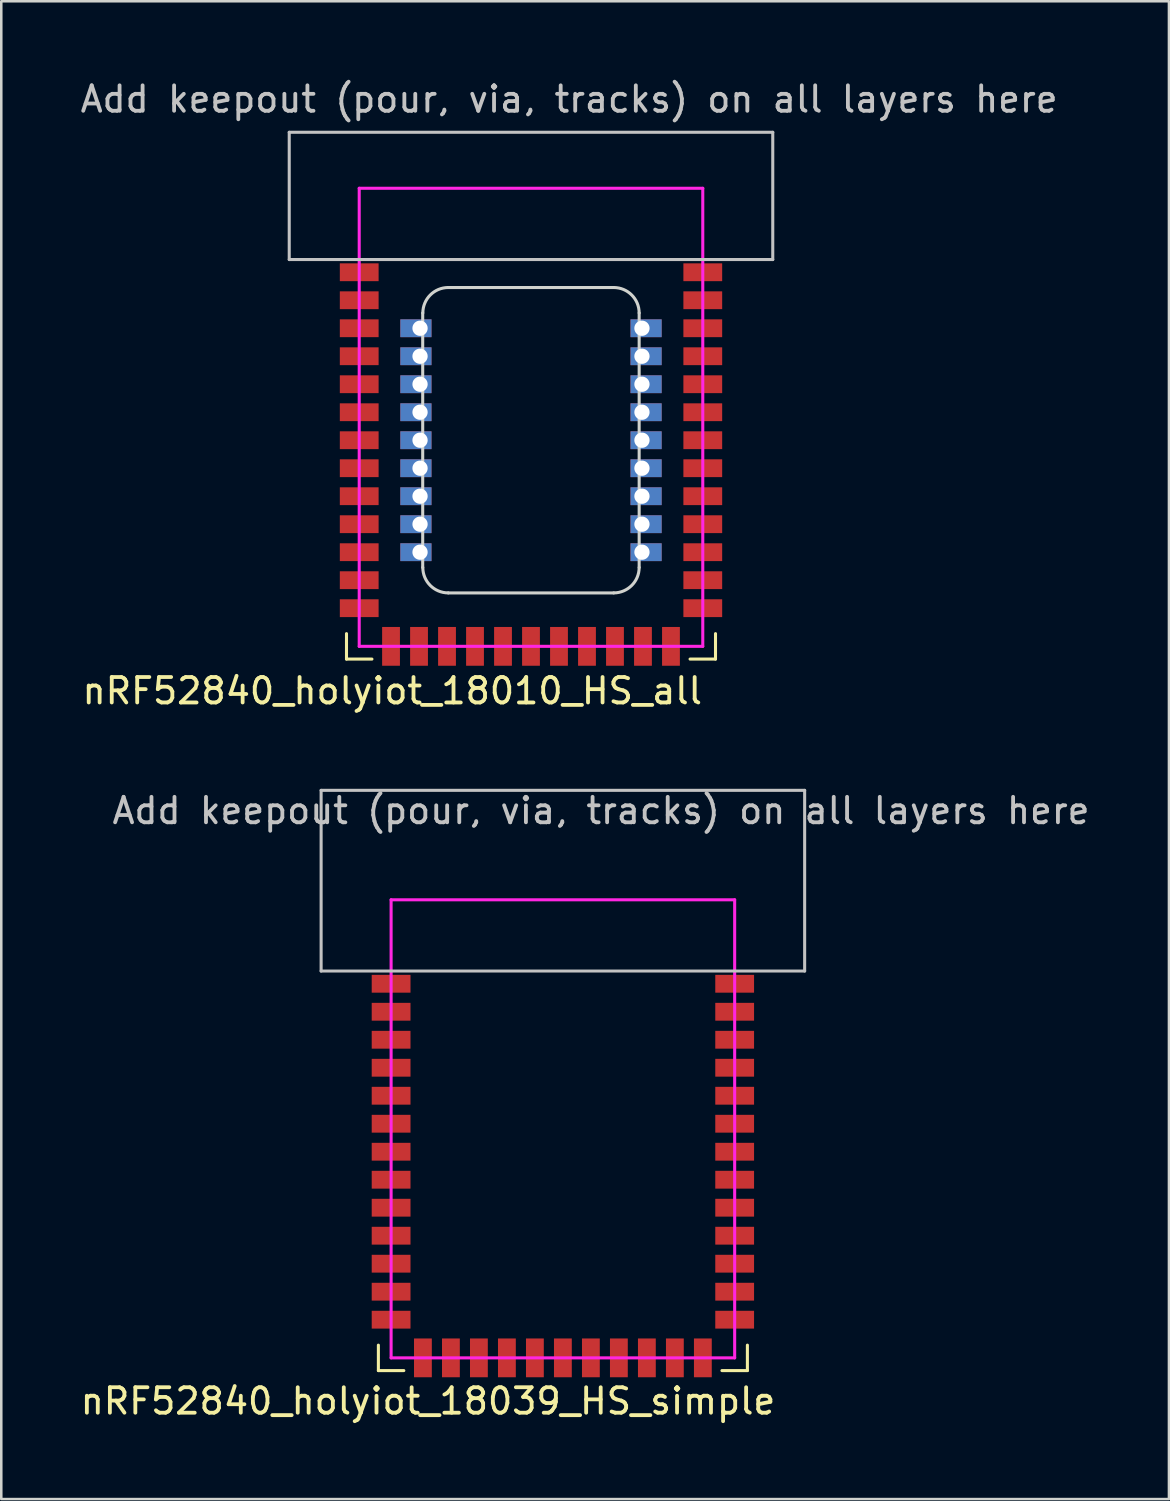
<source format=kicad_pcb>
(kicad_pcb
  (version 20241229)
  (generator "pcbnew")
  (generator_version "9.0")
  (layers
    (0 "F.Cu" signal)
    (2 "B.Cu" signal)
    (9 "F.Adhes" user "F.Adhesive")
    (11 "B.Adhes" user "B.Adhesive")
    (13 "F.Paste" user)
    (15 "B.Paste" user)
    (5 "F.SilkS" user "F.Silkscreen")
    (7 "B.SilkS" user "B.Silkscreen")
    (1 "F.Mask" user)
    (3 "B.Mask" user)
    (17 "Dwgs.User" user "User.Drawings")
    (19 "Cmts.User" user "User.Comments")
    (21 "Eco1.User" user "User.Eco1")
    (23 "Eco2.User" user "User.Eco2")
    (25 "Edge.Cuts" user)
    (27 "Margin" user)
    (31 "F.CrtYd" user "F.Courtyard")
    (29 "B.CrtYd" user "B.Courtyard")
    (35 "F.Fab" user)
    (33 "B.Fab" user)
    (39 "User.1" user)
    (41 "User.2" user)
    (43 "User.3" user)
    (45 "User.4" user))
  (footprint "nRF52840_holyiot_18010_HS_all"
    (layer "F.Cu")
    (at 17.815 13.348)
    (property "Reference" "nRF52840_holyiot_18010_HS_all" (at -5.45 10.75 0) (layer "F.SilkS") (effects (font (size 1 1) (thickness 0.15))))
    (attr through_hole)
    (fp_line (start -7.25 8.5) (end -7.25 9.5) (stroke (width 0.12) (type solid)) (layer "F.SilkS"))
    (fp_line (start -6.25 9.5) (end -7.25 9.5) (stroke (width 0.12) (type solid)) (layer "F.SilkS"))
    (fp_line (start 6.25 9.5) (end 7.25 9.5) (stroke (width 0.12) (type solid)) (layer "F.SilkS"))
    (fp_line (start 7.25 8.5) (end 7.25 9.5) (stroke (width 0.12) (type solid)) (layer "F.SilkS"))
    (fp_line (start -9.5 -11.2) (end 9.5 -11.2) (stroke (width 0.12) (type solid)) (layer "Dwgs.User"))
    (fp_line (start -9.5 -6.2) (end -9.5 -11.2) (stroke (width 0.12) (type solid)) (layer "Dwgs.User"))
    (fp_line (start 9.5 -11.2) (end 9.5 -6.2) (stroke (width 0.12) (type solid)) (layer "Dwgs.User"))
    (fp_line (start 9.5 -6.2) (end -9.5 -6.2) (stroke (width 0.12) (type solid)) (layer "Dwgs.User"))
    (fp_line (start -4.255 5.9) (end -4.255 -4.1) (stroke (width 0.12) (type solid)) (layer "Edge.Cuts"))
    (fp_line (start -3.25 -5.1) (end 3.25 -5.1) (stroke (width 0.12) (type solid)) (layer "Edge.Cuts"))
    (fp_line (start 3.25 6.9) (end -3.25 6.9) (stroke (width 0.12) (type solid)) (layer "Edge.Cuts"))
    (fp_line (start 4.25 -4.1) (end 4.25 5.9) (stroke (width 0.12) (type solid)) (layer "Edge.Cuts"))
    (fp_arc (start -4.25 -4.1) (mid -3.957107 -4.807107) (end -3.25 -5.1) (stroke (width 0.12) (type solid)) (layer "Edge.Cuts"))
    (fp_arc (start -3.251 6.9) (mid -3.958107 6.607107) (end -4.251 5.9) (stroke (width 0.12) (type solid)) (layer "Edge.Cuts"))
    (fp_arc (start 3.25 -5.1) (mid 3.957107 -4.807107) (end 4.25 -4.1) (stroke (width 0.12) (type solid)) (layer "Edge.Cuts"))
    (fp_arc (start 4.25 5.9) (mid 3.957107 6.607107) (end 3.25 6.9) (stroke (width 0.12) (type solid)) (layer "Edge.Cuts"))
    (fp_line (start -6.75 -9) (end 6.75 -9) (stroke (width 0.12) (type solid)) (layer "F.CrtYd"))
    (fp_line (start -6.75 9) (end -6.75 -9) (stroke (width 0.12) (type solid)) (layer "F.CrtYd"))
    (fp_line (start 6.75 -9) (end 6.75 9) (stroke (width 0.12) (type solid)) (layer "F.CrtYd"))
    (fp_line (start 6.75 9) (end -6.75 9) (stroke (width 0.12) (type solid)) (layer "F.CrtYd"))
    (fp_text user "Add keepout (pour, via, tracks) on all layers here" (at 1.5 -12.5 0) (layer "Dwgs.User") (effects (font (size 1 1) (thickness 0.15))))
    (pad "1" smd rect (at -6.75 -5.7) (size 1.524 0.7) (layers "F.Cu" "F.Mask" "F.Paste"))
    (pad "2" smd rect (at -6.75 -4.6) (size 1.524 0.7) (layers "F.Cu" "F.Mask" "F.Paste"))
    (pad "3" smd rect (at -6.75 -3.5) (size 1.524 0.7) (layers "F.Cu" "F.Mask" "F.Paste"))
    (pad "4" smd rect (at -6.75 -2.4) (size 1.524 0.7) (layers "F.Cu" "F.Mask" "F.Paste"))
    (pad "5" smd rect (at -6.75 -1.3) (size 1.524 0.7) (layers "F.Cu" "F.Mask" "F.Paste"))
    (pad "6" smd rect (at -6.75 -0.2) (size 1.524 0.7) (layers "F.Cu" "F.Mask" "F.Paste"))
    (pad "7" smd rect (at -6.75 0.9) (size 1.524 0.7) (layers "F.Cu" "F.Mask" "F.Paste"))
    (pad "8" smd rect (at -6.75 2) (size 1.524 0.7) (layers "F.Cu" "F.Mask" "F.Paste"))
    (pad "9" smd rect (at -6.75 3.1) (size 1.524 0.7) (layers "F.Cu" "F.Mask" "F.Paste"))
    (pad "10" smd rect (at -6.75 4.2) (size 1.524 0.7) (layers "F.Cu" "F.Mask" "F.Paste"))
    (pad "11" smd rect (at -6.75 5.3) (size 1.524 0.7) (layers "F.Cu" "F.Mask" "F.Paste"))
    (pad "12" smd rect (at -6.75 6.4) (size 1.524 0.7) (layers "F.Cu" "F.Mask" "F.Paste"))
    (pad "13" smd rect (at -6.75 7.5) (size 1.524 0.7) (layers "F.Cu" "F.Mask" "F.Paste"))
    (pad "14" smd rect (at -5.5 9 90) (size 1.524 0.7) (layers "F.Cu" "F.Mask" "F.Paste"))
    (pad "15" smd rect (at -4.4 9 90) (size 1.524 0.7) (layers "F.Cu" "F.Mask" "F.Paste"))
    (pad "16" smd rect (at -3.3 9 90) (size 1.524 0.7) (layers "F.Cu" "F.Mask" "F.Paste"))
    (pad "17" smd rect (at -2.2 9 90) (size 1.524 0.7) (layers "F.Cu" "F.Mask" "F.Paste"))
    (pad "18" smd rect (at -1.1 9 90) (size 1.524 0.7) (layers "F.Cu" "F.Mask" "F.Paste"))
    (pad "19" smd rect (at 0 9 90) (size 1.524 0.7) (layers "F.Cu" "F.Mask" "F.Paste"))
    (pad "20" smd rect (at 1.1 9 90) (size 1.524 0.7) (layers "F.Cu" "F.Mask" "F.Paste"))
    (pad "21" smd rect (at 2.2 9 90) (size 1.524 0.7) (layers "F.Cu" "F.Mask" "F.Paste"))
    (pad "22" smd rect (at 3.3 9 90) (size 1.524 0.7) (layers "F.Cu" "F.Mask" "F.Paste"))
    (pad "23" smd rect (at 4.4 9 90) (size 1.524 0.7) (layers "F.Cu" "F.Mask" "F.Paste"))
    (pad "24" smd rect (at 5.5 9 90) (size 1.524 0.7) (layers "F.Cu" "F.Mask" "F.Paste"))
    (pad "25" smd rect (at 6.75 7.5 180) (size 1.524 0.7) (layers "F.Cu" "F.Mask" "F.Paste"))
    (pad "26" smd rect (at 6.75 6.4 180) (size 1.524 0.7) (layers "F.Cu" "F.Mask" "F.Paste"))
    (pad "27" smd rect (at 6.75 5.3 180) (size 1.524 0.7) (layers "F.Cu" "F.Mask" "F.Paste"))
    (pad "28" smd rect (at 6.75 4.2 180) (size 1.524 0.7) (layers "F.Cu" "F.Mask" "F.Paste"))
    (pad "29" smd rect (at 6.75 3.1 180) (size 1.524 0.7) (layers "F.Cu" "F.Mask" "F.Paste"))
    (pad "30" smd rect (at 6.75 2 180) (size 1.524 0.7) (layers "F.Cu" "F.Mask" "F.Paste"))
    (pad "31" smd rect (at 6.75 0.9 180) (size 1.524 0.7) (layers "F.Cu" "F.Mask" "F.Paste"))
    (pad "32" smd rect (at 6.75 -0.2 180) (size 1.524 0.7) (layers "F.Cu" "F.Mask" "F.Paste"))
    (pad "33" smd rect (at 6.75 -1.3 180) (size 1.524 0.7) (layers "F.Cu" "F.Mask" "F.Paste"))
    (pad "34" smd rect (at 6.75 -2.4 180) (size 1.524 0.7) (layers "F.Cu" "F.Mask" "F.Paste"))
    (pad "35" smd rect (at 6.75 -3.5 180) (size 1.524 0.7) (layers "F.Cu" "F.Mask" "F.Paste"))
    (pad "36" smd rect (at 6.75 -4.6 180) (size 1.524 0.7) (layers "F.Cu" "F.Mask" "F.Paste"))
    (pad "37" smd rect (at 6.75 -5.7 180) (size 1.524 0.7) (layers "F.Cu" "F.Mask" "F.Paste"))
    (pad "38" thru_hole rect (at -4.36 -3.5 180) (size 1.224 0.7) (drill 0.6 (offset 0.162 0)) (layers "F.Cu" "F.Mask"))
    (pad "39" thru_hole rect (at -4.36 -2.4 180) (size 1.224 0.7) (drill 0.6 (offset 0.162 0)) (layers "F.Cu" "F.Mask"))
    (pad "40" thru_hole rect (at -4.36 -1.3 180) (size 1.224 0.7) (drill 0.6 (offset 0.162 0)) (layers "F.Cu" "F.Mask"))
    (pad "41" thru_hole rect (at -4.36 -0.2 180) (size 1.224 0.7) (drill 0.6 (offset 0.162 0)) (layers "F.Cu" "F.Mask"))
    (pad "42" thru_hole rect (at -4.36 0.9 180) (size 1.224 0.7) (drill 0.6 (offset 0.162 0)) (layers "F.Cu" "F.Mask"))
    (pad "43" thru_hole rect (at -4.36 2 180) (size 1.224 0.7) (drill 0.6 (offset 0.162 0)) (layers "F.Cu" "F.Mask"))
    (pad "44" thru_hole rect (at -4.36 3.1 180) (size 1.224 0.7) (drill 0.6 (offset 0.162 0)) (layers "F.Cu" "F.Mask"))
    (pad "45" thru_hole rect (at -4.36 4.2 180) (size 1.224 0.7) (drill 0.6 (offset 0.162 0)) (layers "F.Cu" "F.Mask"))
    (pad "46" thru_hole rect (at -4.36 5.3 180) (size 1.224 0.7) (drill 0.6 (offset 0.162 0)) (layers "F.Cu" "F.Mask"))
    (pad "47" thru_hole rect (at 4.36 -3.5 180) (size 1.224 0.7) (drill 0.6 (offset -0.162 0)) (layers "F.Cu" "F.Mask"))
    (pad "48" thru_hole rect (at 4.36 -2.4 180) (size 1.224 0.7) (drill 0.6 (offset -0.162 0)) (layers "F.Cu" "F.Mask"))
    (pad "49" thru_hole rect (at 4.36 -1.3 180) (size 1.224 0.7) (drill 0.6 (offset -0.162 0)) (layers "F.Cu" "F.Mask"))
    (pad "50" thru_hole rect (at 4.36 -0.2 180) (size 1.224 0.7) (drill 0.6 (offset -0.162 0)) (layers "F.Cu" "F.Mask"))
    (pad "51" thru_hole rect (at 4.36 0.9 180) (size 1.224 0.7) (drill 0.6 (offset -0.162 0)) (layers "F.Cu" "F.Mask"))
    (pad "52" thru_hole rect (at 4.36 2 180) (size 1.224 0.7) (drill 0.6 (offset -0.162 0)) (layers "F.Cu" "F.Mask"))
    (pad "53" thru_hole rect (at 4.36 3.1 180) (size 1.224 0.7) (drill 0.6 (offset -0.162 0)) (layers "F.Cu" "F.Mask"))
    (pad "54" thru_hole rect (at 4.36 4.2 180) (size 1.224 0.7) (drill 0.6 (offset -0.162 0)) (layers "F.Cu" "F.Mask"))
    (pad "55" thru_hole rect (at 4.36 5.3 180) (size 1.224 0.7) (drill 0.6 (offset -0.162 0)) (layers "F.Cu" "F.Mask")))
  (footprint "nRF52840_holyiot_18039_HS_simple"
    (layer "F.Cu")
    (at 19.068 41.306)
    (property "Reference" "nRF52840_holyiot_18039_HS_simple" (at -5.3 10.7 0) (layer "F.SilkS") (effects (font (size 1 1) (thickness 0.15))))
    (attr through_hole)
    (fp_line (start -7.25 8.5) (end -7.25 9.5) (stroke (width 0.12) (type solid)) (layer "F.SilkS"))
    (fp_line (start -6.25 9.5) (end -7.25 9.5) (stroke (width 0.12) (type solid)) (layer "F.SilkS"))
    (fp_line (start 6.25 9.5) (end 7.25 9.5) (stroke (width 0.12) (type solid)) (layer "F.SilkS"))
    (fp_line (start 7.25 8.5) (end 7.25 9.5) (stroke (width 0.12) (type solid)) (layer "F.SilkS"))
    (fp_line (start -9.5 -6.2) (end -9.5 -13.3) (stroke (width 0.12) (type solid)) (layer "Dwgs.User"))
    (fp_line (start 9.5 -13.3) (end -9.5 -13.3) (stroke (width 0.12) (type solid)) (layer "Dwgs.User"))
    (fp_line (start 9.5 -13.3) (end 9.5 -6.2) (stroke (width 0.12) (type solid)) (layer "Dwgs.User"))
    (fp_line (start 9.5 -6.2) (end -9.5 -6.2) (stroke (width 0.12) (type solid)) (layer "Dwgs.User"))
    (fp_line (start -6.75 -9) (end 6.75 -9) (stroke (width 0.12) (type solid)) (layer "F.CrtYd"))
    (fp_line (start -6.75 9) (end -6.75 -9) (stroke (width 0.12) (type solid)) (layer "F.CrtYd"))
    (fp_line (start 6.75 -9) (end 6.75 9) (stroke (width 0.12) (type solid)) (layer "F.CrtYd"))
    (fp_line (start 6.75 9) (end -6.75 9) (stroke (width 0.12) (type solid)) (layer "F.CrtYd"))
    (fp_text user "Add keepout (pour, via, tracks) on all layers here" (at 1.5 -12.5 0) (layer "Dwgs.User") (effects (font (size 1 1) (thickness 0.15))))
    (pad "1" smd rect (at -6.75 -5.7) (size 1.524 0.7) (layers "F.Cu" "F.Mask" "F.Paste"))
    (pad "2" smd rect (at -6.75 -4.6) (size 1.524 0.7) (layers "F.Cu" "F.Mask" "F.Paste"))
    (pad "3" smd rect (at -6.75 -3.5) (size 1.524 0.7) (layers "F.Cu" "F.Mask" "F.Paste"))
    (pad "4" smd rect (at -6.75 -2.4) (size 1.524 0.7) (layers "F.Cu" "F.Mask" "F.Paste"))
    (pad "5" smd rect (at -6.75 -1.3) (size 1.524 0.7) (layers "F.Cu" "F.Mask" "F.Paste"))
    (pad "6" smd rect (at -6.75 -0.2) (size 1.524 0.7) (layers "F.Cu" "F.Mask" "F.Paste"))
    (pad "7" smd rect (at -6.75 0.9) (size 1.524 0.7) (layers "F.Cu" "F.Mask" "F.Paste"))
    (pad "8" smd rect (at -6.75 2) (size 1.524 0.7) (layers "F.Cu" "F.Mask" "F.Paste"))
    (pad "9" smd rect (at -6.75 3.1) (size 1.524 0.7) (layers "F.Cu" "F.Mask" "F.Paste"))
    (pad "10" smd rect (at -6.75 4.2) (size 1.524 0.7) (layers "F.Cu" "F.Mask" "F.Paste"))
    (pad "11" smd rect (at -6.75 5.3) (size 1.524 0.7) (layers "F.Cu" "F.Mask" "F.Paste"))
    (pad "12" smd rect (at -6.75 6.4) (size 1.524 0.7) (layers "F.Cu" "F.Mask" "F.Paste"))
    (pad "13" smd rect (at -6.75 7.5) (size 1.524 0.7) (layers "F.Cu" "F.Mask" "F.Paste"))
    (pad "14" smd rect (at -5.5 9 90) (size 1.524 0.7) (layers "F.Cu" "F.Mask" "F.Paste"))
    (pad "15" smd rect (at -4.4 9 90) (size 1.524 0.7) (layers "F.Cu" "F.Mask" "F.Paste"))
    (pad "16" smd rect (at -3.3 9 90) (size 1.524 0.7) (layers "F.Cu" "F.Mask" "F.Paste"))
    (pad "17" smd rect (at -2.2 9 90) (size 1.524 0.7) (layers "F.Cu" "F.Mask" "F.Paste"))
    (pad "18" smd rect (at -1.1 9 90) (size 1.524 0.7) (layers "F.Cu" "F.Mask" "F.Paste"))
    (pad "19" smd rect (at 0 9 90) (size 1.524 0.7) (layers "F.Cu" "F.Mask" "F.Paste"))
    (pad "20" smd rect (at 1.1 9 90) (size 1.524 0.7) (layers "F.Cu" "F.Mask" "F.Paste"))
    (pad "21" smd rect (at 2.2 9 90) (size 1.524 0.7) (layers "F.Cu" "F.Mask" "F.Paste"))
    (pad "22" smd rect (at 3.3 9 90) (size 1.524 0.7) (layers "F.Cu" "F.Mask" "F.Paste"))
    (pad "23" smd rect (at 4.4 9 90) (size 1.524 0.7) (layers "F.Cu" "F.Mask" "F.Paste"))
    (pad "24" smd rect (at 5.5 9 90) (size 1.524 0.7) (layers "F.Cu" "F.Mask" "F.Paste"))
    (pad "25" smd rect (at 6.75 7.5 180) (size 1.524 0.7) (layers "F.Cu" "F.Mask" "F.Paste"))
    (pad "26" smd rect (at 6.75 6.4 180) (size 1.524 0.7) (layers "F.Cu" "F.Mask" "F.Paste"))
    (pad "27" smd rect (at 6.75 5.3 180) (size 1.524 0.7) (layers "F.Cu" "F.Mask" "F.Paste"))
    (pad "28" smd rect (at 6.75 4.2 180) (size 1.524 0.7) (layers "F.Cu" "F.Mask" "F.Paste"))
    (pad "29" smd rect (at 6.75 3.1 180) (size 1.524 0.7) (layers "F.Cu" "F.Mask" "F.Paste"))
    (pad "30" smd rect (at 6.75 2 180) (size 1.524 0.7) (layers "F.Cu" "F.Mask" "F.Paste"))
    (pad "31" smd rect (at 6.75 0.9 180) (size 1.524 0.7) (layers "F.Cu" "F.Mask" "F.Paste"))
    (pad "32" smd rect (at 6.75 -0.2 180) (size 1.524 0.7) (layers "F.Cu" "F.Mask" "F.Paste"))
    (pad "33" smd rect (at 6.75 -1.3 180) (size 1.524 0.7) (layers "F.Cu" "F.Mask" "F.Paste"))
    (pad "34" smd rect (at 6.75 -2.4 180) (size 1.524 0.7) (layers "F.Cu" "F.Mask" "F.Paste"))
    (pad "35" smd rect (at 6.75 -3.5 180) (size 1.524 0.7) (layers "F.Cu" "F.Mask" "F.Paste"))
    (pad "36" smd rect (at 6.75 -4.6 180) (size 1.524 0.7) (layers "F.Cu" "F.Mask" "F.Paste"))
    (pad "37" smd rect (at 6.75 -5.7 180) (size 1.524 0.7) (layers "F.Cu" "F.Mask" "F.Paste")))
  (gr_rect
    (start -3 -3)
    (end 42.883 55.855)
    (stroke (width 0.1) (type default))
    (fill no)
    (layer "Edge.Cuts")))
</source>
